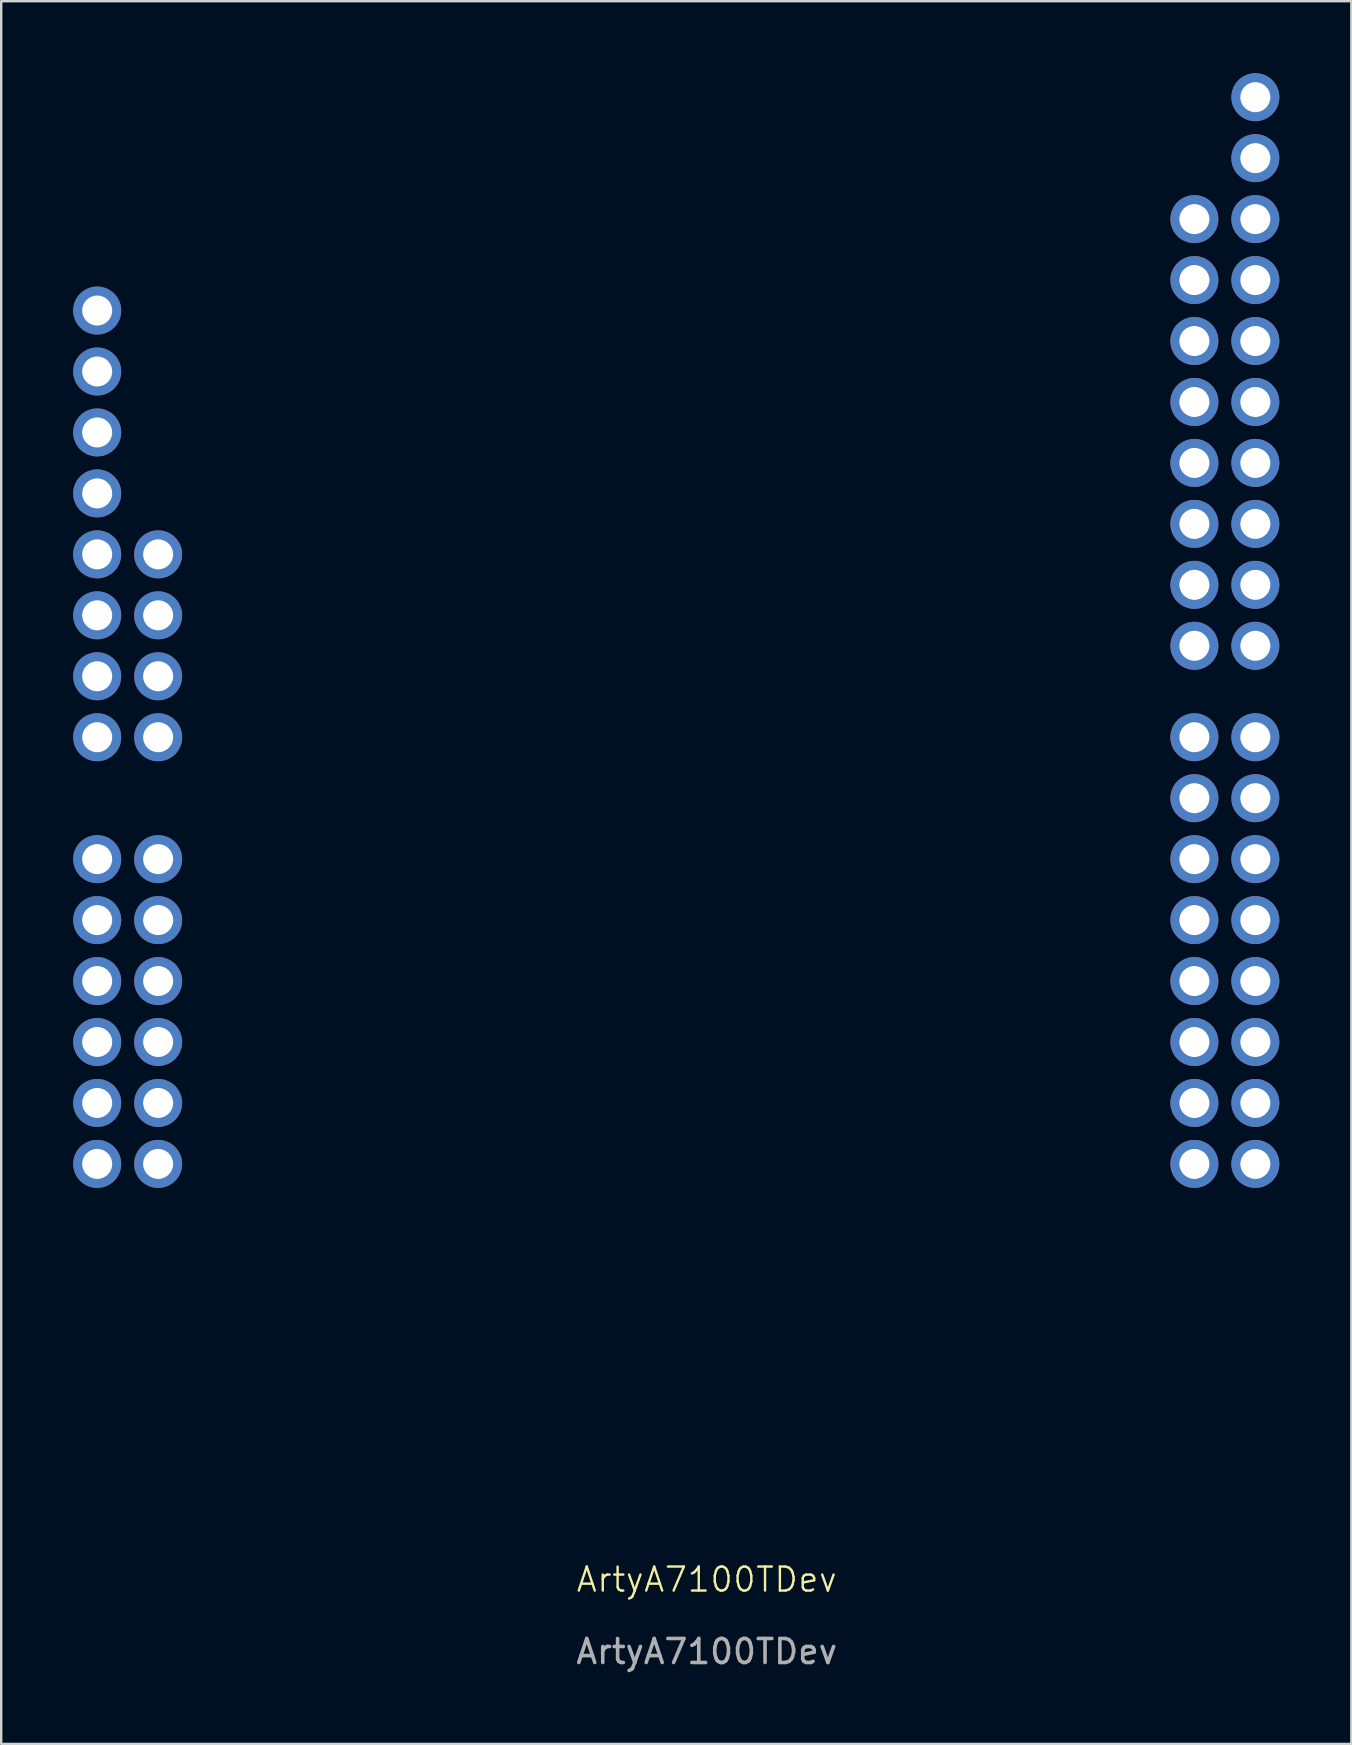
<source format=kicad_pcb>
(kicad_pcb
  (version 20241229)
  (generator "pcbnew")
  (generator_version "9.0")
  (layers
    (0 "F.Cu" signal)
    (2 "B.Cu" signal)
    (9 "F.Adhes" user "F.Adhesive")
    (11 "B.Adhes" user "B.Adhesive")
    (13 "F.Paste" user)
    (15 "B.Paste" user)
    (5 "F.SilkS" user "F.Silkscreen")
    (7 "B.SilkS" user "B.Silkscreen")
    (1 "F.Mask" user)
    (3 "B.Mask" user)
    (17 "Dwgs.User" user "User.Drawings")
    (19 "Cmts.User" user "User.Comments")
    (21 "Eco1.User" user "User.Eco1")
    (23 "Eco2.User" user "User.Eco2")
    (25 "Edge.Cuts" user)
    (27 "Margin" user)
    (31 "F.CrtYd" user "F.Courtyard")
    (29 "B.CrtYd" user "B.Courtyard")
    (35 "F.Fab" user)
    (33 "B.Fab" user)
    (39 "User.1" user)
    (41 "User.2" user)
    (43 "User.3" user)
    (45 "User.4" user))
  (footprint "ArtyA7100TDev"
    (layer "F.Cu")
    (at 26.4 25.13)
    (property "Reference" "ArtyA7100TDev" (at 0 37.64 0) (unlocked yes) (layer "F.SilkS") (effects (font (size 1 1) (thickness 0.1))))
    (attr through_hole)
    (fp_circle (center -25.4 -5.08) (end -24.866 -5.08) (stroke (width 0.2) (type solid)) (fill no) (layer "Eco2.User"))
    (fp_circle (center -25.4 -15.24) (end -24.866 -15.24) (stroke (width 0.2) (type solid)) (fill no) (layer "User.4"))
    (fp_circle (center -25.4 -12.7) (end -24.866 -12.7) (stroke (width 0.2) (type solid)) (fill no) (layer "User.4"))
    (fp_circle (center -25.4 -10.16) (end -24.866 -10.16) (stroke (width 0.2) (type solid)) (fill no) (layer "User.4"))
    (fp_circle (center -25.4 -7.62) (end -24.866 -7.62) (stroke (width 0.2) (type solid)) (fill no) (layer "User.4"))
    (fp_circle (center -25.4 -2.54) (end -24.866 -2.54) (stroke (width 0.2) (type solid)) (fill no) (layer "User.4"))
    (fp_circle (center -25.4 0) (end -24.866 0) (stroke (width 0.2) (type solid)) (fill no) (layer "User.4"))
    (fp_circle (center -25.4 2.54) (end -24.866 2.54) (stroke (width 0.2) (type solid)) (fill no) (layer "User.4"))
    (fp_circle (center -25.38 7.62) (end -24.846 7.62) (stroke (width 0.2) (type solid)) (fill no) (layer "User.4"))
    (fp_circle (center -25.38 10.16) (end -24.846 10.16) (stroke (width 0.2) (type solid)) (fill no) (layer "User.4"))
    (fp_circle (center -25.38 12.7) (end -24.846 12.7) (stroke (width 0.2) (type solid)) (fill no) (layer "User.4"))
    (fp_circle (center -25.38 15.24) (end -24.846 15.24) (stroke (width 0.2) (type solid)) (fill no) (layer "User.4"))
    (fp_circle (center -25.38 17.78) (end -24.846 17.78) (stroke (width 0.2) (type solid)) (fill no) (layer "User.4"))
    (fp_circle (center -25.38 20.32) (end -24.846 20.32) (stroke (width 0.2) (type solid)) (fill no) (layer "User.4"))
    (fp_circle (center -22.88 7.62) (end -22.346 7.62) (stroke (width 0.2) (type solid)) (fill no) (layer "User.4"))
    (fp_circle (center -22.88 10.16) (end -22.346 10.16) (stroke (width 0.2) (type solid)) (fill no) (layer "User.4"))
    (fp_circle (center -22.88 12.7) (end -22.346 12.7) (stroke (width 0.2) (type solid)) (fill no) (layer "User.4"))
    (fp_circle (center -22.88 15.24) (end -22.346 15.24) (stroke (width 0.2) (type solid)) (fill no) (layer "User.4"))
    (fp_circle (center -22.88 17.78) (end -22.346 17.78) (stroke (width 0.2) (type solid)) (fill no) (layer "User.4"))
    (fp_circle (center -22.88 20.32) (end -22.346 20.32) (stroke (width 0.2) (type solid)) (fill no) (layer "User.4"))
    (fp_circle (center -22.86 -5.08) (end -22.326 -5.08) (stroke (width 0.2) (type solid)) (fill no) (layer "User.4"))
    (fp_circle (center -22.86 -2.54) (end -22.326 -2.54) (stroke (width 0.2) (type solid)) (fill no) (layer "User.4"))
    (fp_circle (center -22.86 0) (end -22.326 0) (stroke (width 0.2) (type solid)) (fill no) (layer "User.4"))
    (fp_circle (center -22.86 2.54) (end -22.326 2.54) (stroke (width 0.2) (type solid)) (fill no) (layer "User.4"))
    (fp_circle (center 20.32 -19.27) (end 20.854 -19.27) (stroke (width 0.2) (type solid)) (fill no) (layer "User.4"))
    (fp_circle (center 20.32 -16.73) (end 20.854 -16.73) (stroke (width 0.2) (type solid)) (fill no) (layer "User.4"))
    (fp_circle (center 20.32 -14.19) (end 20.854 -14.19) (stroke (width 0.2) (type solid)) (fill no) (layer "User.4"))
    (fp_circle (center 20.32 -11.65) (end 20.854 -11.65) (stroke (width 0.2) (type solid)) (fill no) (layer "User.4"))
    (fp_circle (center 20.32 -9.11) (end 20.854 -9.11) (stroke (width 0.2) (type solid)) (fill no) (layer "User.4"))
    (fp_circle (center 20.32 -6.57) (end 20.854 -6.57) (stroke (width 0.2) (type solid)) (fill no) (layer "User.4"))
    (fp_circle (center 20.32 -4.03) (end 20.854 -4.03) (stroke (width 0.2) (type solid)) (fill no) (layer "User.4"))
    (fp_circle (center 20.32 -1.49) (end 20.854 -1.49) (stroke (width 0.2) (type solid)) (fill no) (layer "User.4"))
    (fp_circle (center 20.32 2.54) (end 20.854 2.54) (stroke (width 0.2) (type solid)) (fill no) (layer "User.4"))
    (fp_circle (center 20.32 5.08) (end 20.854 5.08) (stroke (width 0.2) (type solid)) (fill no) (layer "User.4"))
    (fp_circle (center 20.32 7.62) (end 20.854 7.62) (stroke (width 0.2) (type solid)) (fill no) (layer "User.4"))
    (fp_circle (center 20.32 10.16) (end 20.854 10.16) (stroke (width 0.2) (type solid)) (fill no) (layer "User.4"))
    (fp_circle (center 20.32 12.7) (end 20.854 12.7) (stroke (width 0.2) (type solid)) (fill no) (layer "User.4"))
    (fp_circle (center 20.32 15.24) (end 20.854 15.24) (stroke (width 0.2) (type solid)) (fill no) (layer "User.4"))
    (fp_circle (center 20.32 17.78) (end 20.854 17.78) (stroke (width 0.2) (type solid)) (fill no) (layer "User.4"))
    (fp_circle (center 20.32 20.32) (end 20.854 20.32) (stroke (width 0.2) (type solid)) (fill no) (layer "User.4"))
    (fp_circle (center 22.86 -24.33) (end 23.394 -24.33) (stroke (width 0.2) (type solid)) (fill no) (layer "User.4"))
    (fp_circle (center 22.86 -21.79) (end 23.394 -21.79) (stroke (width 0.2) (type solid)) (fill no) (layer "User.4"))
    (fp_circle (center 22.86 -19.27) (end 23.394 -19.27) (stroke (width 0.2) (type solid)) (fill no) (layer "User.4"))
    (fp_circle (center 22.86 -16.73) (end 23.394 -16.73) (stroke (width 0.2) (type solid)) (fill no) (layer "User.4"))
    (fp_circle (center 22.86 -14.19) (end 23.394 -14.19) (stroke (width 0.2) (type solid)) (fill no) (layer "User.4"))
    (fp_circle (center 22.86 -11.65) (end 23.394 -11.65) (stroke (width 0.2) (type solid)) (fill no) (layer "User.4"))
    (fp_circle (center 22.86 -9.11) (end 23.394 -9.11) (stroke (width 0.2) (type solid)) (fill no) (layer "User.4"))
    (fp_circle (center 22.86 -6.57) (end 23.394 -6.57) (stroke (width 0.2) (type solid)) (fill no) (layer "User.4"))
    (fp_circle (center 22.86 -4.03) (end 23.394 -4.03) (stroke (width 0.2) (type solid)) (fill no) (layer "User.4"))
    (fp_circle (center 22.86 -1.49) (end 23.394 -1.49) (stroke (width 0.2) (type solid)) (fill no) (layer "User.4"))
    (fp_circle (center 22.86 2.54) (end 23.393 2.54) (stroke (width 0.2) (type solid)) (fill no) (layer "User.4"))
    (fp_circle (center 22.86 5.08) (end 23.393 5.08) (stroke (width 0.2) (type solid)) (fill no) (layer "User.4"))
    (fp_circle (center 22.86 7.62) (end 23.393 7.62) (stroke (width 0.2) (type solid)) (fill no) (layer "User.4"))
    (fp_circle (center 22.86 10.16) (end 23.393 10.16) (stroke (width 0.2) (type solid)) (fill no) (layer "User.4"))
    (fp_circle (center 22.86 12.7) (end 23.393 12.7) (stroke (width 0.2) (type solid)) (fill no) (layer "User.4"))
    (fp_circle (center 22.86 15.24) (end 23.393 15.24) (stroke (width 0.2) (type solid)) (fill no) (layer "User.4"))
    (fp_circle (center 22.86 17.78) (end 23.393 17.78) (stroke (width 0.2) (type solid)) (fill no) (layer "User.4"))
    (fp_circle (center 22.86 20.32) (end 23.393 20.32) (stroke (width 0.2) (type solid)) (fill no) (layer "User.4"))
    (fp_text user "${REFERENCE}" (at 0 40.64 0) (unlocked yes) (layer "F.Fab") (effects (font (size 1 1) (thickness 0.15))))
    (pad "1" thru_hole circle (at -25.4 -15.24) (size 2 2) (drill 1.25) (layers "*.Cu" "*.Mask"))
    (pad "2" thru_hole circle (at -25.4 -12.7) (size 2 2) (drill 1.25) (layers "*.Cu" "*.Mask"))
    (pad "3" thru_hole circle (at -25.4 -10.16) (size 2 2) (drill 1.25) (layers "*.Cu" "*.Mask"))
    (pad "4" thru_hole circle (at -25.4 -7.62) (size 2 2) (drill 1.25) (layers "*.Cu" "*.Mask"))
    (pad "5" thru_hole circle (at -25.4 -5.08) (size 2 2) (drill 1.25) (layers "*.Cu" "*.Mask"))
    (pad "6" thru_hole circle (at -25.4 -2.54) (size 2 2) (drill 1.25) (layers "*.Cu" "*.Mask"))
    (pad "7" thru_hole circle (at -25.4 0) (size 2 2) (drill 1.25) (layers "*.Cu" "*.Mask"))
    (pad "8" thru_hole circle (at -25.4 2.54) (size 2 2) (drill 1.25) (layers "*.Cu" "*.Mask"))
    (pad "9" thru_hole circle (at -22.86 2.54) (size 2 2) (drill 1.25) (layers "*.Cu" "*.Mask"))
    (pad "10" thru_hole circle (at -22.86 0) (size 2 2) (drill 1.25) (layers "*.Cu" "*.Mask"))
    (pad "11" thru_hole circle (at -22.86 -2.54) (size 2 2) (drill 1.25) (layers "*.Cu" "*.Mask"))
    (pad "12" thru_hole circle (at -22.86 -5.08) (size 2 2) (drill 1.25) (layers "*.Cu" "*.Mask"))
    (pad "13" thru_hole circle (at -25.4 7.62) (size 2 2) (drill 1.25) (layers "*.Cu" "*.Mask"))
    (pad "14" thru_hole circle (at -25.4 10.16) (size 2 2) (drill 1.25) (layers "*.Cu" "*.Mask"))
    (pad "15" thru_hole circle (at -25.4 12.7) (size 2 2) (drill 1.25) (layers "*.Cu" "*.Mask"))
    (pad "16" thru_hole circle (at -25.4 15.24) (size 2 2) (drill 1.25) (layers "*.Cu" "*.Mask"))
    (pad "17" thru_hole circle (at -25.4 17.78) (size 2 2) (drill 1.25) (layers "*.Cu" "*.Mask"))
    (pad "18" thru_hole circle (at -25.4 20.32) (size 2 2) (drill 1.25) (layers "*.Cu" "*.Mask"))
    (pad "19" thru_hole circle (at -22.86 20.32) (size 2 2) (drill 1.25) (layers "*.Cu" "*.Mask"))
    (pad "20" thru_hole circle (at -22.86 17.78) (size 2 2) (drill 1.25) (layers "*.Cu" "*.Mask"))
    (pad "21" thru_hole circle (at -22.86 15.24) (size 2 2) (drill 1.25) (layers "*.Cu" "*.Mask"))
    (pad "22" thru_hole circle (at -22.86 12.7) (size 2 2) (drill 1.25) (layers "*.Cu" "*.Mask"))
    (pad "23" thru_hole circle (at -22.86 10.16) (size 2 2) (drill 1.25) (layers "*.Cu" "*.Mask"))
    (pad "24" thru_hole circle (at -22.86 7.62) (size 2 2) (drill 1.25) (layers "*.Cu" "*.Mask"))
    (pad "25" thru_hole circle (at 20.32 2.54) (size 2 2) (drill 1.25) (layers "*.Cu" "*.Mask"))
    (pad "26" thru_hole circle (at 20.32 5.08) (size 2 2) (drill 1.25) (layers "*.Cu" "*.Mask"))
    (pad "27" thru_hole circle (at 20.32 7.62) (size 2 2) (drill 1.25) (layers "*.Cu" "*.Mask"))
    (pad "28" thru_hole circle (at 20.32 10.16) (size 2 2) (drill 1.25) (layers "*.Cu" "*.Mask"))
    (pad "29" thru_hole circle (at 20.32 12.7) (size 2 2) (drill 1.25) (layers "*.Cu" "*.Mask"))
    (pad "30" thru_hole circle (at 20.32 15.24) (size 2 2) (drill 1.25) (layers "*.Cu" "*.Mask"))
    (pad "31" thru_hole circle (at 20.32 17.78) (size 2 2) (drill 1.25) (layers "*.Cu" "*.Mask"))
    (pad "32" thru_hole circle (at 20.32 20.32) (size 2 2) (drill 1.25) (layers "*.Cu" "*.Mask"))
    (pad "33" thru_hole circle (at 22.86 20.32) (size 2 2) (drill 1.25) (layers "*.Cu" "*.Mask"))
    (pad "34" thru_hole circle (at 22.86 17.78) (size 2 2) (drill 1.25) (layers "*.Cu" "*.Mask"))
    (pad "35" thru_hole circle (at 22.86 15.24) (size 2 2) (drill 1.25) (layers "*.Cu" "*.Mask"))
    (pad "36" thru_hole circle (at 22.86 12.7) (size 2 2) (drill 1.25) (layers "*.Cu" "*.Mask"))
    (pad "37" thru_hole circle (at 22.86 10.16) (size 2 2) (drill 1.25) (layers "*.Cu" "*.Mask"))
    (pad "38" thru_hole circle (at 22.86 7.62) (size 2 2) (drill 1.25) (layers "*.Cu" "*.Mask"))
    (pad "39" thru_hole circle (at 22.86 5.08) (size 2 2) (drill 1.25) (layers "*.Cu" "*.Mask"))
    (pad "40" thru_hole circle (at 22.86 2.54) (size 2 2) (drill 1.25) (layers "*.Cu" "*.Mask"))
    (pad "41" thru_hole circle (at 20.32 -19.05) (size 2 2) (drill 1.25) (layers "*.Cu" "*.Mask"))
    (pad "42" thru_hole circle (at 20.32 -16.51) (size 2 2) (drill 1.25) (layers "*.Cu" "*.Mask"))
    (pad "43" thru_hole circle (at 20.32 -13.97) (size 2 2) (drill 1.25) (layers "*.Cu" "*.Mask"))
    (pad "44" thru_hole circle (at 20.32 -11.43) (size 2 2) (drill 1.25) (layers "*.Cu" "*.Mask"))
    (pad "45" thru_hole circle (at 20.32 -8.89) (size 2 2) (drill 1.25) (layers "*.Cu" "*.Mask"))
    (pad "46" thru_hole circle (at 20.32 -6.35) (size 2 2) (drill 1.25) (layers "*.Cu" "*.Mask"))
    (pad "47" thru_hole circle (at 20.32 -3.81) (size 2 2) (drill 1.25) (layers "*.Cu" "*.Mask"))
    (pad "48" thru_hole circle (at 20.32 -1.27) (size 2 2) (drill 1.25) (layers "*.Cu" "*.Mask"))
    (pad "49" thru_hole circle (at 22.86 -1.27) (size 2 2) (drill 1.25) (layers "*.Cu" "*.Mask"))
    (pad "50" thru_hole circle (at 22.86 -3.81) (size 2 2) (drill 1.25) (layers "*.Cu" "*.Mask"))
    (pad "51" thru_hole circle (at 22.86 -6.35) (size 2 2) (drill 1.25) (layers "*.Cu" "*.Mask"))
    (pad "52" thru_hole circle (at 22.86 -8.89) (size 2 2) (drill 1.25) (layers "*.Cu" "*.Mask"))
    (pad "53" thru_hole circle (at 22.86 -11.43) (size 2 2) (drill 1.25) (layers "*.Cu" "*.Mask"))
    (pad "54" thru_hole circle (at 22.86 -13.97) (size 2 2) (drill 1.25) (layers "*.Cu" "*.Mask"))
    (pad "55" thru_hole circle (at 22.86 -16.51) (size 2 2) (drill 1.25) (layers "*.Cu" "*.Mask"))
    (pad "56" thru_hole circle (at 22.86 -19.05) (size 2 2) (drill 1.25) (layers "*.Cu" "*.Mask"))
    (pad "57" thru_hole circle (at 22.86 -21.59) (size 2 2) (drill 1.25) (layers "*.Cu" "*.Mask"))
    (pad "58" thru_hole circle (at 22.86 -24.13) (size 2 2) (drill 1.25) (layers "*.Cu" "*.Mask")))
  (gr_rect
    (start -3 -3)
    (end 53.26 69.618)
    (stroke (width 0.1) (type default))
    (fill no)
    (layer "Edge.Cuts")))
</source>
